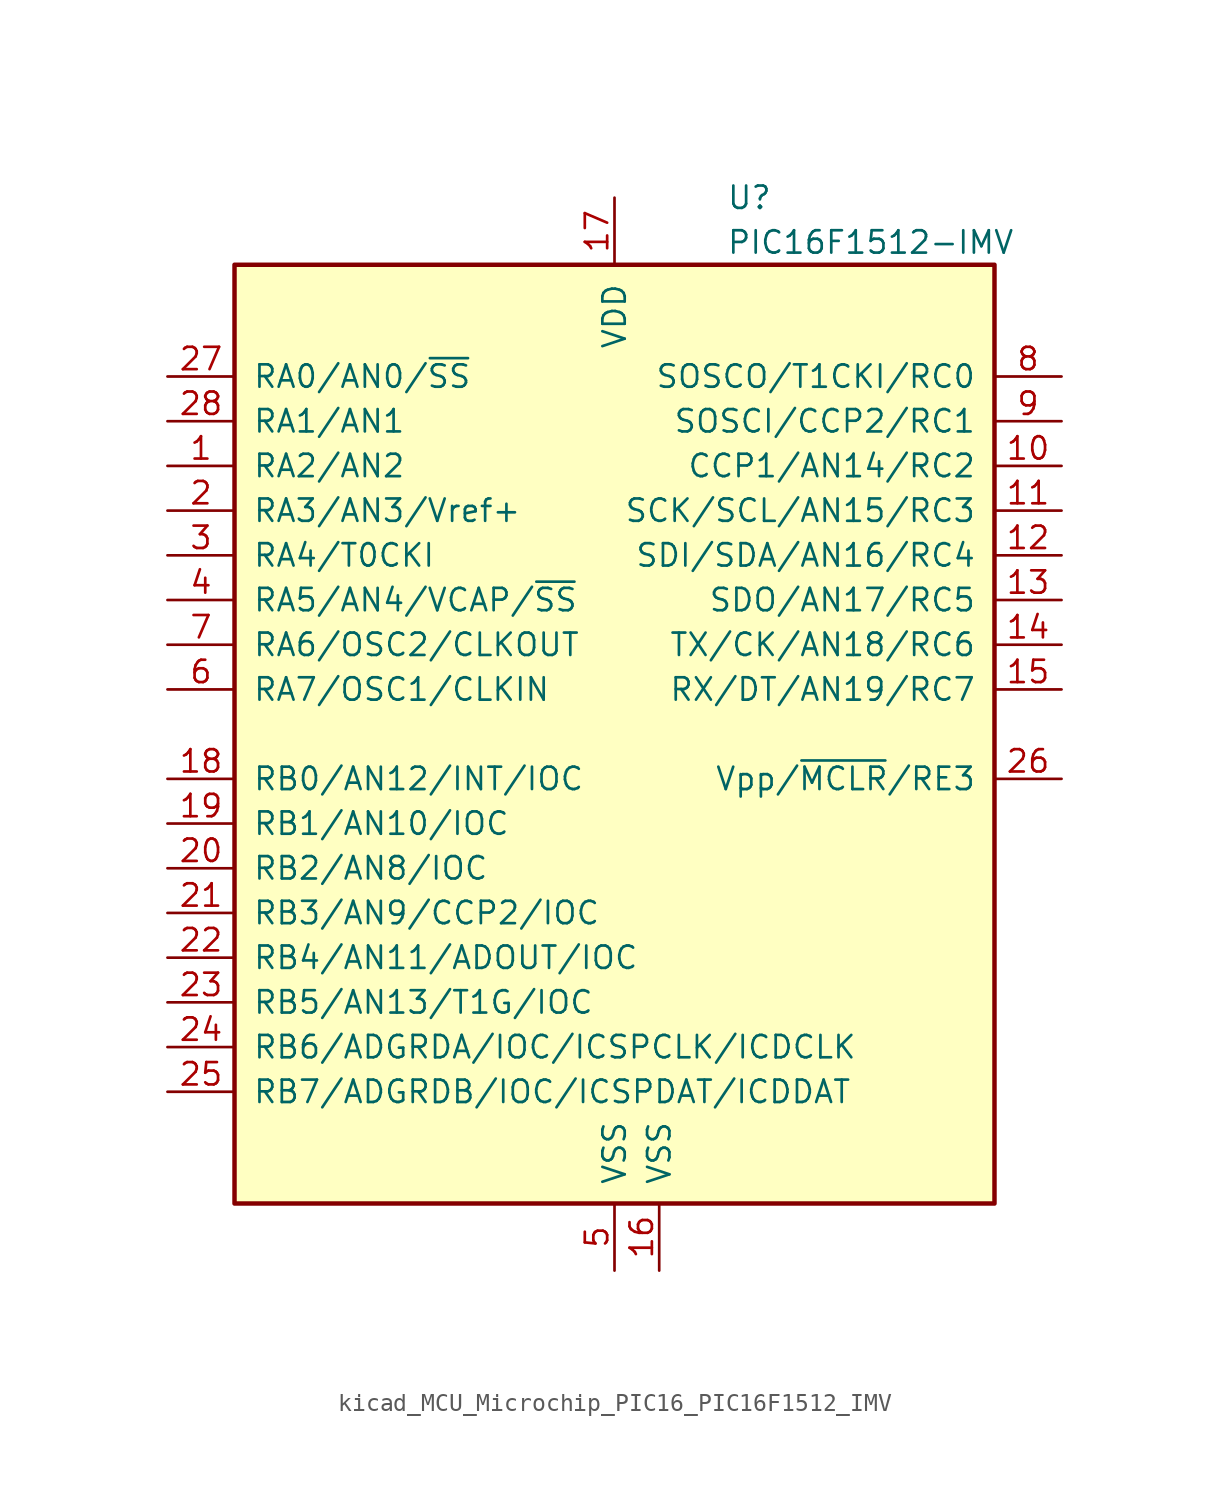
<source format=kicad_sym>
(kicad_symbol_lib
  (version 20220914)
  (generator kicad_symbol_editor)
  (symbol "kicad_MCU_Microchip_PIC16_PIC16F1512_IMV"
    (pin_names
      (offset 1.016))
    (property "Reference" "U"
      (at 6.35 30.48 0)
      (effects (font (size 1.27 1.27)) (justify left)))
    (property "Value" "PIC16F1512-IMV"
      (at 6.35 27.94 0)
      (effects (font (size 1.27 1.27)) (justify left)))
    (symbol "kicad_MCU_Microchip_PIC16_PIC16F1512_IMV_0_1"
      (rectangle (start -21.59 26.67) (end 21.59 -26.67) (stroke (width 0.254) (type default)) (fill (type background))))
    (symbol "kicad_MCU_Microchip_PIC16_PIC16F1512_IMV_1_1"
      (pin bidirectional line (at -25.4 15.24 0) (length 3.81) (name "RA2/AN2" (effects (font (size 1.27 1.27)))) (number "1" (effects (font (size 1.27 1.27)))))
      (pin bidirectional line (at 25.4 15.24 180) (length 3.81) (name "CCP1/AN14/RC2" (effects (font (size 1.27 1.27)))) (number "10" (effects (font (size 1.27 1.27)))))
      (pin bidirectional line (at 25.4 12.7 180) (length 3.81) (name "SCK/SCL/AN15/RC3" (effects (font (size 1.27 1.27)))) (number "11" (effects (font (size 1.27 1.27)))))
      (pin bidirectional line (at 25.4 10.16 180) (length 3.81) (name "SDI/SDA/AN16/RC4" (effects (font (size 1.27 1.27)))) (number "12" (effects (font (size 1.27 1.27)))))
      (pin bidirectional line (at 25.4 7.62 180) (length 3.81) (name "SDO/AN17/RC5" (effects (font (size 1.27 1.27)))) (number "13" (effects (font (size 1.27 1.27)))))
      (pin bidirectional line (at 25.4 5.08 180) (length 3.81) (name "TX/CK/AN18/RC6" (effects (font (size 1.27 1.27)))) (number "14" (effects (font (size 1.27 1.27)))))
      (pin bidirectional line (at 25.4 2.54 180) (length 3.81) (name "RX/DT/AN19/RC7" (effects (font (size 1.27 1.27)))) (number "15" (effects (font (size 1.27 1.27)))))
      (pin power_in line (at 2.54 -30.48 90) (length 3.81) (name "VSS" (effects (font (size 1.27 1.27)))) (number "16" (effects (font (size 1.27 1.27)))))
      (pin power_in line (at 0 30.48 270) (length 3.81) (name "VDD" (effects (font (size 1.27 1.27)))) (number "17" (effects (font (size 1.27 1.27)))))
      (pin bidirectional line (at -25.4 -2.54 0) (length 3.81) (name "RB0/AN12/INT/IOC" (effects (font (size 1.27 1.27)))) (number "18" (effects (font (size 1.27 1.27)))))
      (pin bidirectional line (at -25.4 -5.08 0) (length 3.81) (name "RB1/AN10/IOC" (effects (font (size 1.27 1.27)))) (number "19" (effects (font (size 1.27 1.27)))))
      (pin bidirectional line (at -25.4 12.7 0) (length 3.81) (name "RA3/AN3/Vref+" (effects (font (size 1.27 1.27)))) (number "2" (effects (font (size 1.27 1.27)))))
      (pin bidirectional line (at -25.4 -7.62 0) (length 3.81) (name "RB2/AN8/IOC" (effects (font (size 1.27 1.27)))) (number "20" (effects (font (size 1.27 1.27)))))
      (pin bidirectional line (at -25.4 -10.16 0) (length 3.81) (name "RB3/AN9/CCP2/IOC" (effects (font (size 1.27 1.27)))) (number "21" (effects (font (size 1.27 1.27)))))
      (pin bidirectional line (at -25.4 -12.7 0) (length 3.81) (name "RB4/AN11/ADOUT/IOC" (effects (font (size 1.27 1.27)))) (number "22" (effects (font (size 1.27 1.27)))))
      (pin bidirectional line (at -25.4 -15.24 0) (length 3.81) (name "RB5/AN13/T1G/IOC" (effects (font (size 1.27 1.27)))) (number "23" (effects (font (size 1.27 1.27)))))
      (pin bidirectional line (at -25.4 -17.78 0) (length 3.81) (name "RB6/ADGRDA/IOC/ICSPCLK/ICDCLK" (effects (font (size 1.27 1.27)))) (number "24" (effects (font (size 1.27 1.27)))))
      (pin bidirectional line (at -25.4 -20.32 0) (length 3.81) (name "RB7/ADGRDB/IOC/ICSPDAT/ICDDAT" (effects (font (size 1.27 1.27)))) (number "25" (effects (font (size 1.27 1.27)))))
      (pin input line (at 25.4 -2.54 180) (length 3.81) (name "Vpp/~{MCLR}/RE3" (effects (font (size 1.27 1.27)))) (number "26" (effects (font (size 1.27 1.27)))))
      (pin bidirectional line (at -25.4 20.32 0) (length 3.81) (name "RA0/AN0/~{SS}" (effects (font (size 1.27 1.27)))) (number "27" (effects (font (size 1.27 1.27)))))
      (pin bidirectional line (at -25.4 17.78 0) (length 3.81) (name "RA1/AN1" (effects (font (size 1.27 1.27)))) (number "28" (effects (font (size 1.27 1.27)))))
      (pin bidirectional line (at -25.4 10.16 0) (length 3.81) (name "RA4/T0CKI" (effects (font (size 1.27 1.27)))) (number "3" (effects (font (size 1.27 1.27)))))
      (pin bidirectional line (at -25.4 7.62 0) (length 3.81) (name "RA5/AN4/VCAP/~{SS}" (effects (font (size 1.27 1.27)))) (number "4" (effects (font (size 1.27 1.27)))))
      (pin power_in line (at 0 -30.48 90) (length 3.81) (name "VSS" (effects (font (size 1.27 1.27)))) (number "5" (effects (font (size 1.27 1.27)))))
      (pin bidirectional line (at -25.4 2.54 0) (length 3.81) (name "RA7/OSC1/CLKIN" (effects (font (size 1.27 1.27)))) (number "6" (effects (font (size 1.27 1.27)))))
      (pin bidirectional line (at -25.4 5.08 0) (length 3.81) (name "RA6/OSC2/CLKOUT" (effects (font (size 1.27 1.27)))) (number "7" (effects (font (size 1.27 1.27)))))
      (pin bidirectional line (at 25.4 20.32 180) (length 3.81) (name "SOSCO/T1CKI/RC0" (effects (font (size 1.27 1.27)))) (number "8" (effects (font (size 1.27 1.27)))))
      (pin bidirectional line (at 25.4 17.78 180) (length 3.81) (name "SOSCI/CCP2/RC1" (effects (font (size 1.27 1.27)))) (number "9" (effects (font (size 1.27 1.27))))))))
</source>
